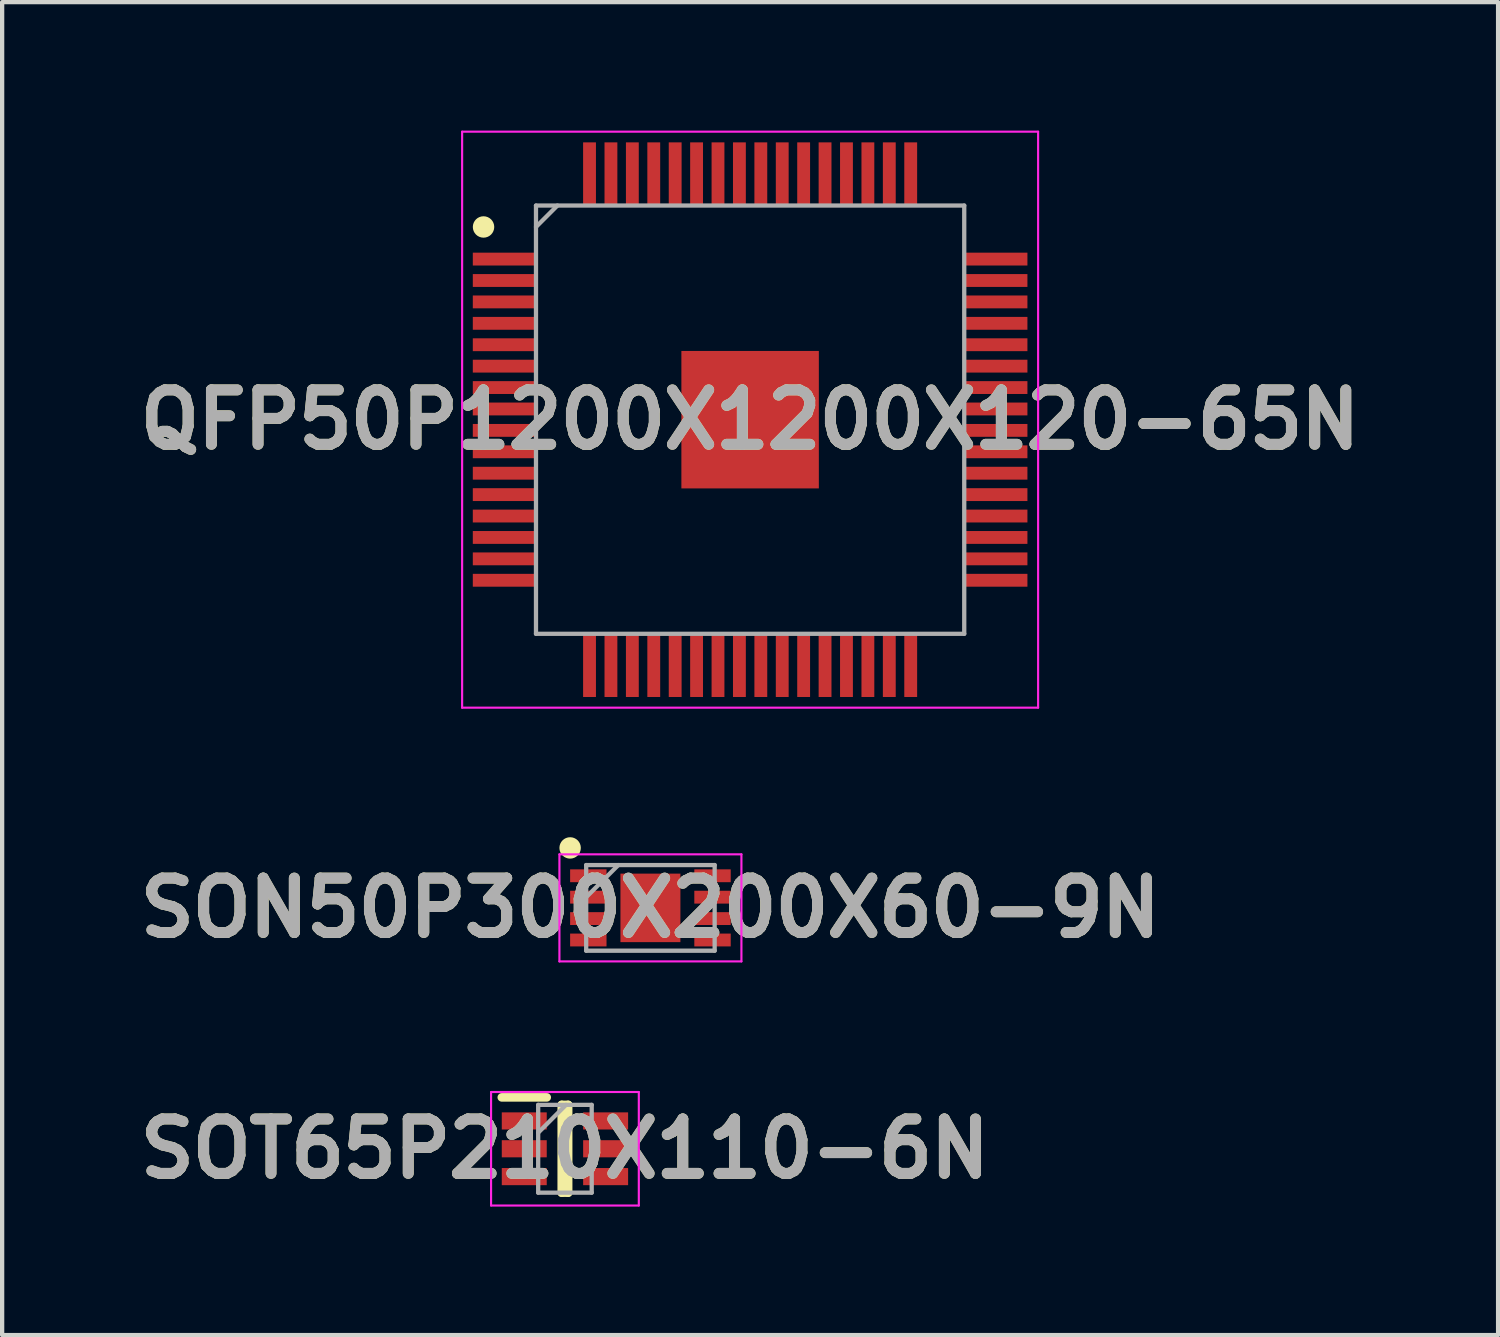
<source format=kicad_pcb>
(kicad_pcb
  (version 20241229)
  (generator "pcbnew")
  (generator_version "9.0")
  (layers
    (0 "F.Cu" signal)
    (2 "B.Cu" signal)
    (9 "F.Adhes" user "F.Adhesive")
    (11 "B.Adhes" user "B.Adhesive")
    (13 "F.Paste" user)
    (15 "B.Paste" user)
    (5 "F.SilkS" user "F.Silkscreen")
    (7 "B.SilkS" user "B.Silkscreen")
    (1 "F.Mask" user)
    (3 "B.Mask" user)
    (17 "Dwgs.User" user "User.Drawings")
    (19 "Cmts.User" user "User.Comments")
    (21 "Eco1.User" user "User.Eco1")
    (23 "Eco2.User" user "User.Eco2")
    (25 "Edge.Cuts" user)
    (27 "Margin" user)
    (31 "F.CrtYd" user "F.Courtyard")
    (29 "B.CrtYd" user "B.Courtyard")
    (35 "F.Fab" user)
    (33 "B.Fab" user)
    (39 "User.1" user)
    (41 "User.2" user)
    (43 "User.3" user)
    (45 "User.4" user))
  (footprint "SOT65P210X110-6N"
    (layer "F.Cu")
    (at 10.142 23.775)
    (property "Reference" "SOT65P210X110-6N" (at 0 0 0) (layer "F.SilkS") (effects (font (size 1.27 1.27) (thickness 0.254))))
    (attr smd)
    (fp_line (start -1.475 -1.2) (end -0.425 -1.2) (stroke (width 0.2) (type solid)) (layer "F.SilkS"))
    (fp_line (start -0.075 -1.025) (end 0.075 -1.025) (stroke (width 0.2) (type solid)) (layer "F.SilkS"))
    (fp_line (start -0.075 1.025) (end -0.075 -1.025) (stroke (width 0.2) (type solid)) (layer "F.SilkS"))
    (fp_line (start 0.075 -1.025) (end 0.075 1.025) (stroke (width 0.2) (type solid)) (layer "F.SilkS"))
    (fp_line (start 0.075 1.025) (end -0.075 1.025) (stroke (width 0.2) (type solid)) (layer "F.SilkS"))
    (fp_line (start -1.725 -1.325) (end 1.725 -1.325) (stroke (width 0.05) (type solid)) (layer "F.CrtYd"))
    (fp_line (start -1.725 1.325) (end -1.725 -1.325) (stroke (width 0.05) (type solid)) (layer "F.CrtYd"))
    (fp_line (start 1.725 -1.325) (end 1.725 1.325) (stroke (width 0.05) (type solid)) (layer "F.CrtYd"))
    (fp_line (start 1.725 1.325) (end -1.725 1.325) (stroke (width 0.05) (type solid)) (layer "F.CrtYd"))
    (fp_line (start -0.625 -1.025) (end 0.625 -1.025) (stroke (width 0.1) (type solid)) (layer "F.Fab"))
    (fp_line (start -0.625 -0.375) (end 0.025 -1.025) (stroke (width 0.1) (type solid)) (layer "F.Fab"))
    (fp_line (start -0.625 1.025) (end -0.625 -1.025) (stroke (width 0.1) (type solid)) (layer "F.Fab"))
    (fp_line (start 0.625 -1.025) (end 0.625 1.025) (stroke (width 0.1) (type solid)) (layer "F.Fab"))
    (fp_line (start 0.625 1.025) (end -0.625 1.025) (stroke (width 0.1) (type solid)) (layer "F.Fab"))
    (fp_text user "${REFERENCE}" (at 0 0 0) (layer "F.Fab") (effects (font (size 1.27 1.27) (thickness 0.254))))
    (pad "1" smd rect (at -0.95 -0.65 90) (size 0.4 1.05) (layers "F.Cu" "F.Mask" "F.Paste"))
    (pad "2" smd rect (at -0.95 0 90) (size 0.4 1.05) (layers "F.Cu" "F.Mask" "F.Paste"))
    (pad "3" smd rect (at -0.95 0.65 90) (size 0.4 1.05) (layers "F.Cu" "F.Mask" "F.Paste"))
    (pad "4" smd rect (at 0.95 0.65 90) (size 0.4 1.05) (layers "F.Cu" "F.Mask" "F.Paste"))
    (pad "5" smd rect (at 0.95 0 90) (size 0.4 1.05) (layers "F.Cu" "F.Mask" "F.Paste"))
    (pad "6" smd rect (at 0.95 -0.65 90) (size 0.4 1.05) (layers "F.Cu" "F.Mask" "F.Paste")))
  (footprint "QFP50P1200X1200X120-65N"
    (layer "F.Cu")
    (at 14.466 6.75)
    (property "Reference" "QFP50P1200X1200X120-65N" (at 0 0 0) (layer "F.SilkS") (effects (font (size 1.27 1.27) (thickness 0.254))))
    (attr smd)
    (fp_circle (center -6.225 -4.5) (end -6.225 -4.375) (stroke (width 0.25) (type solid)) (fill no) (layer "F.SilkS"))
    (fp_line (start -6.725 -6.725) (end 6.725 -6.725) (stroke (width 0.05) (type solid)) (layer "F.CrtYd"))
    (fp_line (start -6.725 6.725) (end -6.725 -6.725) (stroke (width 0.05) (type solid)) (layer "F.CrtYd"))
    (fp_line (start 6.725 -6.725) (end 6.725 6.725) (stroke (width 0.05) (type solid)) (layer "F.CrtYd"))
    (fp_line (start 6.725 6.725) (end -6.725 6.725) (stroke (width 0.05) (type solid)) (layer "F.CrtYd"))
    (fp_line (start -5 -5) (end 5 -5) (stroke (width 0.1) (type solid)) (layer "F.Fab"))
    (fp_line (start -5 -4.5) (end -4.5 -5) (stroke (width 0.1) (type solid)) (layer "F.Fab"))
    (fp_line (start -5 5) (end -5 -5) (stroke (width 0.1) (type solid)) (layer "F.Fab"))
    (fp_line (start 5 -5) (end 5 5) (stroke (width 0.1) (type solid)) (layer "F.Fab"))
    (fp_line (start 5 5) (end -5 5) (stroke (width 0.1) (type solid)) (layer "F.Fab"))
    (fp_text user "${REFERENCE}" (at 0 0 0) (layer "F.Fab") (effects (font (size 1.27 1.27) (thickness 0.254))))
    (pad "1" smd rect (at -5.738 -3.75 90) (size 0.3 1.475) (layers "F.Cu" "F.Mask" "F.Paste"))
    (pad "2" smd rect (at -5.738 -3.25 90) (size 0.3 1.475) (layers "F.Cu" "F.Mask" "F.Paste"))
    (pad "3" smd rect (at -5.738 -2.75 90) (size 0.3 1.475) (layers "F.Cu" "F.Mask" "F.Paste"))
    (pad "4" smd rect (at -5.738 -2.25 90) (size 0.3 1.475) (layers "F.Cu" "F.Mask" "F.Paste"))
    (pad "5" smd rect (at -5.738 -1.75 90) (size 0.3 1.475) (layers "F.Cu" "F.Mask" "F.Paste"))
    (pad "6" smd rect (at -5.738 -1.25 90) (size 0.3 1.475) (layers "F.Cu" "F.Mask" "F.Paste"))
    (pad "7" smd rect (at -5.738 -0.75 90) (size 0.3 1.475) (layers "F.Cu" "F.Mask" "F.Paste"))
    (pad "8" smd rect (at -5.738 -0.25 90) (size 0.3 1.475) (layers "F.Cu" "F.Mask" "F.Paste"))
    (pad "9" smd rect (at -5.738 0.25 90) (size 0.3 1.475) (layers "F.Cu" "F.Mask" "F.Paste"))
    (pad "10" smd rect (at -5.738 0.75 90) (size 0.3 1.475) (layers "F.Cu" "F.Mask" "F.Paste"))
    (pad "11" smd rect (at -5.738 1.25 90) (size 0.3 1.475) (layers "F.Cu" "F.Mask" "F.Paste"))
    (pad "12" smd rect (at -5.738 1.75 90) (size 0.3 1.475) (layers "F.Cu" "F.Mask" "F.Paste"))
    (pad "13" smd rect (at -5.738 2.25 90) (size 0.3 1.475) (layers "F.Cu" "F.Mask" "F.Paste"))
    (pad "14" smd rect (at -5.738 2.75 90) (size 0.3 1.475) (layers "F.Cu" "F.Mask" "F.Paste"))
    (pad "15" smd rect (at -5.738 3.25 90) (size 0.3 1.475) (layers "F.Cu" "F.Mask" "F.Paste"))
    (pad "16" smd rect (at -5.738 3.75 90) (size 0.3 1.475) (layers "F.Cu" "F.Mask" "F.Paste"))
    (pad "17" smd rect (at -3.75 5.738) (size 0.3 1.475) (layers "F.Cu" "F.Mask" "F.Paste"))
    (pad "18" smd rect (at -3.25 5.738) (size 0.3 1.475) (layers "F.Cu" "F.Mask" "F.Paste"))
    (pad "19" smd rect (at -2.75 5.738) (size 0.3 1.475) (layers "F.Cu" "F.Mask" "F.Paste"))
    (pad "20" smd rect (at -2.25 5.738) (size 0.3 1.475) (layers "F.Cu" "F.Mask" "F.Paste"))
    (pad "21" smd rect (at -1.75 5.738) (size 0.3 1.475) (layers "F.Cu" "F.Mask" "F.Paste"))
    (pad "22" smd rect (at -1.25 5.738) (size 0.3 1.475) (layers "F.Cu" "F.Mask" "F.Paste"))
    (pad "23" smd rect (at -0.75 5.738) (size 0.3 1.475) (layers "F.Cu" "F.Mask" "F.Paste"))
    (pad "24" smd rect (at -0.25 5.738) (size 0.3 1.475) (layers "F.Cu" "F.Mask" "F.Paste"))
    (pad "25" smd rect (at 0.25 5.738) (size 0.3 1.475) (layers "F.Cu" "F.Mask" "F.Paste"))
    (pad "26" smd rect (at 0.75 5.738) (size 0.3 1.475) (layers "F.Cu" "F.Mask" "F.Paste"))
    (pad "27" smd rect (at 1.25 5.738) (size 0.3 1.475) (layers "F.Cu" "F.Mask" "F.Paste"))
    (pad "28" smd rect (at 1.75 5.738) (size 0.3 1.475) (layers "F.Cu" "F.Mask" "F.Paste"))
    (pad "29" smd rect (at 2.25 5.738) (size 0.3 1.475) (layers "F.Cu" "F.Mask" "F.Paste"))
    (pad "30" smd rect (at 2.75 5.738) (size 0.3 1.475) (layers "F.Cu" "F.Mask" "F.Paste"))
    (pad "31" smd rect (at 3.25 5.738) (size 0.3 1.475) (layers "F.Cu" "F.Mask" "F.Paste"))
    (pad "32" smd rect (at 3.75 5.738) (size 0.3 1.475) (layers "F.Cu" "F.Mask" "F.Paste"))
    (pad "33" smd rect (at 5.738 3.75 90) (size 0.3 1.475) (layers "F.Cu" "F.Mask" "F.Paste"))
    (pad "34" smd rect (at 5.738 3.25 90) (size 0.3 1.475) (layers "F.Cu" "F.Mask" "F.Paste"))
    (pad "35" smd rect (at 5.738 2.75 90) (size 0.3 1.475) (layers "F.Cu" "F.Mask" "F.Paste"))
    (pad "36" smd rect (at 5.738 2.25 90) (size 0.3 1.475) (layers "F.Cu" "F.Mask" "F.Paste"))
    (pad "37" smd rect (at 5.738 1.75 90) (size 0.3 1.475) (layers "F.Cu" "F.Mask" "F.Paste"))
    (pad "38" smd rect (at 5.738 1.25 90) (size 0.3 1.475) (layers "F.Cu" "F.Mask" "F.Paste"))
    (pad "39" smd rect (at 5.738 0.75 90) (size 0.3 1.475) (layers "F.Cu" "F.Mask" "F.Paste"))
    (pad "40" smd rect (at 5.738 0.25 90) (size 0.3 1.475) (layers "F.Cu" "F.Mask" "F.Paste"))
    (pad "41" smd rect (at 5.738 -0.25 90) (size 0.3 1.475) (layers "F.Cu" "F.Mask" "F.Paste"))
    (pad "42" smd rect (at 5.738 -0.75 90) (size 0.3 1.475) (layers "F.Cu" "F.Mask" "F.Paste"))
    (pad "43" smd rect (at 5.738 -1.25 90) (size 0.3 1.475) (layers "F.Cu" "F.Mask" "F.Paste"))
    (pad "44" smd rect (at 5.738 -1.75 90) (size 0.3 1.475) (layers "F.Cu" "F.Mask" "F.Paste"))
    (pad "45" smd rect (at 5.738 -2.25 90) (size 0.3 1.475) (layers "F.Cu" "F.Mask" "F.Paste"))
    (pad "46" smd rect (at 5.738 -2.75 90) (size 0.3 1.475) (layers "F.Cu" "F.Mask" "F.Paste"))
    (pad "47" smd rect (at 5.738 -3.25 90) (size 0.3 1.475) (layers "F.Cu" "F.Mask" "F.Paste"))
    (pad "48" smd rect (at 5.738 -3.75 90) (size 0.3 1.475) (layers "F.Cu" "F.Mask" "F.Paste"))
    (pad "49" smd rect (at 3.75 -5.738) (size 0.3 1.475) (layers "F.Cu" "F.Mask" "F.Paste"))
    (pad "50" smd rect (at 3.25 -5.738) (size 0.3 1.475) (layers "F.Cu" "F.Mask" "F.Paste"))
    (pad "51" smd rect (at 2.75 -5.738) (size 0.3 1.475) (layers "F.Cu" "F.Mask" "F.Paste"))
    (pad "52" smd rect (at 2.25 -5.738) (size 0.3 1.475) (layers "F.Cu" "F.Mask" "F.Paste"))
    (pad "53" smd rect (at 1.75 -5.738) (size 0.3 1.475) (layers "F.Cu" "F.Mask" "F.Paste"))
    (pad "54" smd rect (at 1.25 -5.738) (size 0.3 1.475) (layers "F.Cu" "F.Mask" "F.Paste"))
    (pad "55" smd rect (at 0.75 -5.738) (size 0.3 1.475) (layers "F.Cu" "F.Mask" "F.Paste"))
    (pad "56" smd rect (at 0.25 -5.738) (size 0.3 1.475) (layers "F.Cu" "F.Mask" "F.Paste"))
    (pad "57" smd rect (at -0.25 -5.738) (size 0.3 1.475) (layers "F.Cu" "F.Mask" "F.Paste"))
    (pad "58" smd rect (at -0.75 -5.738) (size 0.3 1.475) (layers "F.Cu" "F.Mask" "F.Paste"))
    (pad "59" smd rect (at -1.25 -5.738) (size 0.3 1.475) (layers "F.Cu" "F.Mask" "F.Paste"))
    (pad "60" smd rect (at -1.75 -5.738) (size 0.3 1.475) (layers "F.Cu" "F.Mask" "F.Paste"))
    (pad "61" smd rect (at -2.25 -5.738) (size 0.3 1.475) (layers "F.Cu" "F.Mask" "F.Paste"))
    (pad "62" smd rect (at -2.75 -5.738) (size 0.3 1.475) (layers "F.Cu" "F.Mask" "F.Paste"))
    (pad "63" smd rect (at -3.25 -5.738) (size 0.3 1.475) (layers "F.Cu" "F.Mask" "F.Paste"))
    (pad "64" smd rect (at -3.75 -5.738) (size 0.3 1.475) (layers "F.Cu" "F.Mask" "F.Paste"))
    (pad "65" smd rect (at 0 0) (size 3.21 3.21) (layers "F.Cu" "F.Mask" "F.Paste")))
  (footprint "SON50P300X200X60-9N"
    (layer "F.Cu")
    (at 12.138 18.15)
    (property "Reference" "SON50P300X200X60-9N" (at 0 0 0) (layer "F.SilkS") (effects (font (size 1.27 1.27) (thickness 0.254))))
    (attr smd)
    (fp_circle (center -1.875 -1.4) (end -1.875 -1.275) (stroke (width 0.25) (type solid)) (fill no) (layer "F.SilkS"))
    (fp_line (start -2.125 -1.25) (end 2.125 -1.25) (stroke (width 0.05) (type solid)) (layer "F.CrtYd"))
    (fp_line (start -2.125 1.25) (end -2.125 -1.25) (stroke (width 0.05) (type solid)) (layer "F.CrtYd"))
    (fp_line (start 2.125 -1.25) (end 2.125 1.25) (stroke (width 0.05) (type solid)) (layer "F.CrtYd"))
    (fp_line (start 2.125 1.25) (end -2.125 1.25) (stroke (width 0.05) (type solid)) (layer "F.CrtYd"))
    (fp_line (start -1.5 -1) (end 1.5 -1) (stroke (width 0.1) (type solid)) (layer "F.Fab"))
    (fp_line (start -1.5 -0.25) (end -0.75 -1) (stroke (width 0.1) (type solid)) (layer "F.Fab"))
    (fp_line (start -1.5 1) (end -1.5 -1) (stroke (width 0.1) (type solid)) (layer "F.Fab"))
    (fp_line (start 1.5 -1) (end 1.5 1) (stroke (width 0.1) (type solid)) (layer "F.Fab"))
    (fp_line (start 1.5 1) (end -1.5 1) (stroke (width 0.1) (type solid)) (layer "F.Fab"))
    (fp_text user "${REFERENCE}" (at 0 0 0) (layer "F.Fab") (effects (font (size 1.27 1.27) (thickness 0.254))))
    (pad "1" smd rect (at -1.45 -0.75 90) (size 0.3 0.85) (layers "F.Cu" "F.Mask" "F.Paste"))
    (pad "2" smd rect (at -1.45 -0.25 90) (size 0.3 0.85) (layers "F.Cu" "F.Mask" "F.Paste"))
    (pad "3" smd rect (at -1.45 0.25 90) (size 0.3 0.85) (layers "F.Cu" "F.Mask" "F.Paste"))
    (pad "4" smd rect (at -1.45 0.75 90) (size 0.3 0.85) (layers "F.Cu" "F.Mask" "F.Paste"))
    (pad "5" smd rect (at 1.45 0.75 90) (size 0.3 0.85) (layers "F.Cu" "F.Mask" "F.Paste"))
    (pad "6" smd rect (at 1.45 0.25 90) (size 0.3 0.85) (layers "F.Cu" "F.Mask" "F.Paste"))
    (pad "7" smd rect (at 1.45 -0.25 90) (size 0.3 0.85) (layers "F.Cu" "F.Mask" "F.Paste"))
    (pad "8" smd rect (at 1.45 -0.75 90) (size 0.3 0.85) (layers "F.Cu" "F.Mask" "F.Paste"))
    (pad "9" smd rect (at 0 0) (size 1.4 1.6) (layers "F.Cu" "F.Mask" "F.Paste")))
  (gr_rect
    (start -3 -3)
    (end 31.932 28.125)
    (stroke (width 0.1) (type default))
    (fill no)
    (layer "Edge.Cuts")))
</source>
